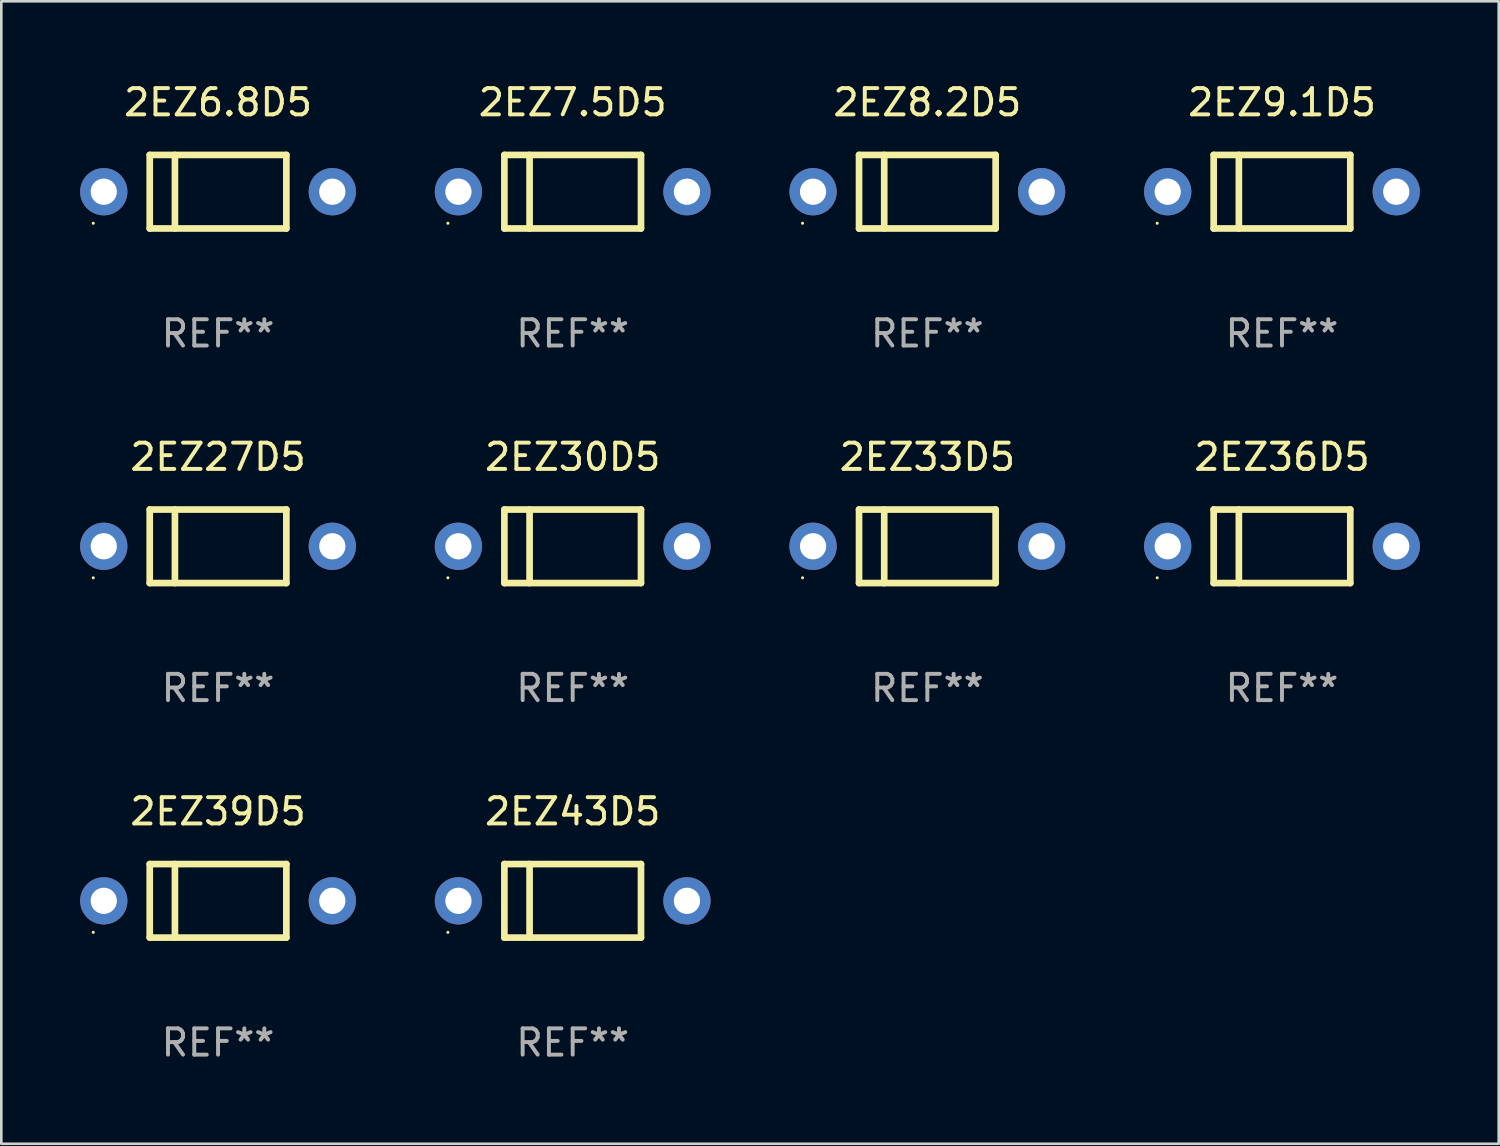
<source format=kicad_pcb>
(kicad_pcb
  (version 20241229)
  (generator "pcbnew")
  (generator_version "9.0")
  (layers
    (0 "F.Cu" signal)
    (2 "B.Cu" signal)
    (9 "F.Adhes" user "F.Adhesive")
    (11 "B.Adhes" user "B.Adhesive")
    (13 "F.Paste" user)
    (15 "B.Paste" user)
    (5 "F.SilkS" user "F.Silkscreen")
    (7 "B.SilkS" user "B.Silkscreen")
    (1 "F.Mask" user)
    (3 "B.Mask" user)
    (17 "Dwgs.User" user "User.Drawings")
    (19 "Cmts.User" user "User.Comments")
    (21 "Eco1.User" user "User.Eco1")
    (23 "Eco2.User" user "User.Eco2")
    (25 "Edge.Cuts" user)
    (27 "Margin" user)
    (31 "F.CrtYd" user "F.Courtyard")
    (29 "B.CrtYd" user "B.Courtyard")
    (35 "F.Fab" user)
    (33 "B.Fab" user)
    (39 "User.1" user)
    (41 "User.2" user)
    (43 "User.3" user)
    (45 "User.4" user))
  (footprint "2EZ33D5"
    (layer "F.Cu")
    (at 32.25 17.745)
    (property "Reference" "2EZ33D5" (at 0 -3.4 0) (layer "F.SilkS") (effects (font (size 1 1) (thickness 0.15))))
    (attr through_hole)
    (fp_line (start -2.6 -1.4) (end -2.6 1.4) (stroke (width 0.254) (type solid)) (layer "F.SilkS"))
    (fp_line (start -2.6 -1.4) (end 2.6 -1.4) (stroke (width 0.254) (type solid)) (layer "F.SilkS"))
    (fp_line (start -2.6 1.4) (end 2.6 1.4) (stroke (width 0.254) (type solid)) (layer "F.SilkS"))
    (fp_line (start -1.641 -1.4) (end -1.641 1.4) (stroke (width 0.254) (type solid)) (layer "F.SilkS"))
    (fp_line (start 2.6 -1.4) (end 2.6 1.4) (stroke (width 0.254) (type solid)) (layer "F.SilkS"))
    (fp_circle (center -4.75 1.2) (end -4.72 1.2) (stroke (width 0.06) (type solid)) (fill no) (layer "F.SilkS"))
    (fp_text user "REF**" (at 0 5.4 0) (layer "F.Fab") (effects (font (size 1 1) (thickness 0.15))))
    (pad "1" thru_hole circle (at -4.35 0) (size 1.8 1.8) (drill 1) (layers "*.Cu" "*.Mask"))
    (pad "2" thru_hole circle (at 4.35 0) (size 1.8 1.8) (drill 1) (layers "*.Cu" "*.Mask")))
  (footprint "2EZ7.5D5"
    (layer "F.Cu")
    (at 18.75 4.248)
    (property "Reference" "2EZ7.5D5" (at 0 -3.4 0) (layer "F.SilkS") (effects (font (size 1 1) (thickness 0.15))))
    (attr through_hole)
    (fp_line (start -2.6 -1.4) (end -2.6 1.4) (stroke (width 0.254) (type solid)) (layer "F.SilkS"))
    (fp_line (start -2.6 -1.4) (end 2.6 -1.4) (stroke (width 0.254) (type solid)) (layer "F.SilkS"))
    (fp_line (start -2.6 1.4) (end 2.6 1.4) (stroke (width 0.254) (type solid)) (layer "F.SilkS"))
    (fp_line (start -1.641 -1.4) (end -1.641 1.4) (stroke (width 0.254) (type solid)) (layer "F.SilkS"))
    (fp_line (start 2.6 -1.4) (end 2.6 1.4) (stroke (width 0.254) (type solid)) (layer "F.SilkS"))
    (fp_circle (center -4.75 1.2) (end -4.72 1.2) (stroke (width 0.06) (type solid)) (fill no) (layer "F.SilkS"))
    (fp_text user "REF**" (at 0 5.4 0) (layer "F.Fab") (effects (font (size 1 1) (thickness 0.15))))
    (pad "1" thru_hole circle (at -4.35 0) (size 1.8 1.8) (drill 1) (layers "*.Cu" "*.Mask"))
    (pad "2" thru_hole circle (at 4.35 0) (size 1.8 1.8) (drill 1) (layers "*.Cu" "*.Mask")))
  (footprint "2EZ30D5"
    (layer "F.Cu")
    (at 18.75 17.745)
    (property "Reference" "2EZ30D5" (at 0 -3.4 0) (layer "F.SilkS") (effects (font (size 1 1) (thickness 0.15))))
    (attr through_hole)
    (fp_line (start -2.6 -1.4) (end -2.6 1.4) (stroke (width 0.254) (type solid)) (layer "F.SilkS"))
    (fp_line (start -2.6 -1.4) (end 2.6 -1.4) (stroke (width 0.254) (type solid)) (layer "F.SilkS"))
    (fp_line (start -2.6 1.4) (end 2.6 1.4) (stroke (width 0.254) (type solid)) (layer "F.SilkS"))
    (fp_line (start -1.641 -1.4) (end -1.641 1.4) (stroke (width 0.254) (type solid)) (layer "F.SilkS"))
    (fp_line (start 2.6 -1.4) (end 2.6 1.4) (stroke (width 0.254) (type solid)) (layer "F.SilkS"))
    (fp_circle (center -4.75 1.2) (end -4.72 1.2) (stroke (width 0.06) (type solid)) (fill no) (layer "F.SilkS"))
    (fp_text user "REF**" (at 0 5.4 0) (layer "F.Fab") (effects (font (size 1 1) (thickness 0.15))))
    (pad "1" thru_hole circle (at -4.35 0) (size 1.8 1.8) (drill 1) (layers "*.Cu" "*.Mask"))
    (pad "2" thru_hole circle (at 4.35 0) (size 1.8 1.8) (drill 1) (layers "*.Cu" "*.Mask")))
  (footprint "2EZ39D5"
    (layer "F.Cu")
    (at 5.25 31.241)
    (property "Reference" "2EZ39D5" (at 0 -3.4 0) (layer "F.SilkS") (effects (font (size 1 1) (thickness 0.15))))
    (attr through_hole)
    (fp_line (start -2.6 -1.4) (end -2.6 1.4) (stroke (width 0.254) (type solid)) (layer "F.SilkS"))
    (fp_line (start -2.6 -1.4) (end 2.6 -1.4) (stroke (width 0.254) (type solid)) (layer "F.SilkS"))
    (fp_line (start -2.6 1.4) (end 2.6 1.4) (stroke (width 0.254) (type solid)) (layer "F.SilkS"))
    (fp_line (start -1.641 -1.4) (end -1.641 1.4) (stroke (width 0.254) (type solid)) (layer "F.SilkS"))
    (fp_line (start 2.6 -1.4) (end 2.6 1.4) (stroke (width 0.254) (type solid)) (layer "F.SilkS"))
    (fp_circle (center -4.75 1.2) (end -4.72 1.2) (stroke (width 0.06) (type solid)) (fill no) (layer "F.SilkS"))
    (fp_text user "REF**" (at 0 5.4 0) (layer "F.Fab") (effects (font (size 1 1) (thickness 0.15))))
    (pad "1" thru_hole circle (at -4.35 0) (size 1.8 1.8) (drill 1) (layers "*.Cu" "*.Mask"))
    (pad "2" thru_hole circle (at 4.35 0) (size 1.8 1.8) (drill 1) (layers "*.Cu" "*.Mask")))
  (footprint "2EZ8.2D5"
    (layer "F.Cu")
    (at 32.25 4.248)
    (property "Reference" "2EZ8.2D5" (at 0 -3.4 0) (layer "F.SilkS") (effects (font (size 1 1) (thickness 0.15))))
    (attr through_hole)
    (fp_line (start -2.6 -1.4) (end -2.6 1.4) (stroke (width 0.254) (type solid)) (layer "F.SilkS"))
    (fp_line (start -2.6 -1.4) (end 2.6 -1.4) (stroke (width 0.254) (type solid)) (layer "F.SilkS"))
    (fp_line (start -2.6 1.4) (end 2.6 1.4) (stroke (width 0.254) (type solid)) (layer "F.SilkS"))
    (fp_line (start -1.641 -1.4) (end -1.641 1.4) (stroke (width 0.254) (type solid)) (layer "F.SilkS"))
    (fp_line (start 2.6 -1.4) (end 2.6 1.4) (stroke (width 0.254) (type solid)) (layer "F.SilkS"))
    (fp_circle (center -4.75 1.2) (end -4.72 1.2) (stroke (width 0.06) (type solid)) (fill no) (layer "F.SilkS"))
    (fp_text user "REF**" (at 0 5.4 0) (layer "F.Fab") (effects (font (size 1 1) (thickness 0.15))))
    (pad "1" thru_hole circle (at -4.35 0) (size 1.8 1.8) (drill 1) (layers "*.Cu" "*.Mask"))
    (pad "2" thru_hole circle (at 4.35 0) (size 1.8 1.8) (drill 1) (layers "*.Cu" "*.Mask")))
  (footprint "2EZ27D5"
    (layer "F.Cu")
    (at 5.25 17.745)
    (property "Reference" "2EZ27D5" (at 0 -3.4 0) (layer "F.SilkS") (effects (font (size 1 1) (thickness 0.15))))
    (attr through_hole)
    (fp_line (start -2.6 -1.4) (end -2.6 1.4) (stroke (width 0.254) (type solid)) (layer "F.SilkS"))
    (fp_line (start -2.6 -1.4) (end 2.6 -1.4) (stroke (width 0.254) (type solid)) (layer "F.SilkS"))
    (fp_line (start -2.6 1.4) (end 2.6 1.4) (stroke (width 0.254) (type solid)) (layer "F.SilkS"))
    (fp_line (start -1.641 -1.4) (end -1.641 1.4) (stroke (width 0.254) (type solid)) (layer "F.SilkS"))
    (fp_line (start 2.6 -1.4) (end 2.6 1.4) (stroke (width 0.254) (type solid)) (layer "F.SilkS"))
    (fp_circle (center -4.75 1.2) (end -4.72 1.2) (stroke (width 0.06) (type solid)) (fill no) (layer "F.SilkS"))
    (fp_text user "REF**" (at 0 5.4 0) (layer "F.Fab") (effects (font (size 1 1) (thickness 0.15))))
    (pad "1" thru_hole circle (at -4.35 0) (size 1.8 1.8) (drill 1) (layers "*.Cu" "*.Mask"))
    (pad "2" thru_hole circle (at 4.35 0) (size 1.8 1.8) (drill 1) (layers "*.Cu" "*.Mask")))
  (footprint "2EZ36D5"
    (layer "F.Cu")
    (at 45.75 17.745)
    (property "Reference" "2EZ36D5" (at 0 -3.4 0) (layer "F.SilkS") (effects (font (size 1 1) (thickness 0.15))))
    (attr through_hole)
    (fp_line (start -2.6 -1.4) (end -2.6 1.4) (stroke (width 0.254) (type solid)) (layer "F.SilkS"))
    (fp_line (start -2.6 -1.4) (end 2.6 -1.4) (stroke (width 0.254) (type solid)) (layer "F.SilkS"))
    (fp_line (start -2.6 1.4) (end 2.6 1.4) (stroke (width 0.254) (type solid)) (layer "F.SilkS"))
    (fp_line (start -1.641 -1.4) (end -1.641 1.4) (stroke (width 0.254) (type solid)) (layer "F.SilkS"))
    (fp_line (start 2.6 -1.4) (end 2.6 1.4) (stroke (width 0.254) (type solid)) (layer "F.SilkS"))
    (fp_circle (center -4.75 1.2) (end -4.72 1.2) (stroke (width 0.06) (type solid)) (fill no) (layer "F.SilkS"))
    (fp_text user "REF**" (at 0 5.4 0) (layer "F.Fab") (effects (font (size 1 1) (thickness 0.15))))
    (pad "1" thru_hole circle (at -4.35 0) (size 1.8 1.8) (drill 1) (layers "*.Cu" "*.Mask"))
    (pad "2" thru_hole circle (at 4.35 0) (size 1.8 1.8) (drill 1) (layers "*.Cu" "*.Mask")))
  (footprint "2EZ6.8D5"
    (layer "F.Cu")
    (at 5.25 4.248)
    (property "Reference" "2EZ6.8D5" (at 0 -3.4 0) (layer "F.SilkS") (effects (font (size 1 1) (thickness 0.15))))
    (attr through_hole)
    (fp_line (start -2.6 -1.4) (end -2.6 1.4) (stroke (width 0.254) (type solid)) (layer "F.SilkS"))
    (fp_line (start -2.6 -1.4) (end 2.6 -1.4) (stroke (width 0.254) (type solid)) (layer "F.SilkS"))
    (fp_line (start -2.6 1.4) (end 2.6 1.4) (stroke (width 0.254) (type solid)) (layer "F.SilkS"))
    (fp_line (start -1.641 -1.4) (end -1.641 1.4) (stroke (width 0.254) (type solid)) (layer "F.SilkS"))
    (fp_line (start 2.6 -1.4) (end 2.6 1.4) (stroke (width 0.254) (type solid)) (layer "F.SilkS"))
    (fp_circle (center -4.75 1.2) (end -4.72 1.2) (stroke (width 0.06) (type solid)) (fill no) (layer "F.SilkS"))
    (fp_text user "REF**" (at 0 5.4 0) (layer "F.Fab") (effects (font (size 1 1) (thickness 0.15))))
    (pad "1" thru_hole circle (at -4.35 0) (size 1.8 1.8) (drill 1) (layers "*.Cu" "*.Mask"))
    (pad "2" thru_hole circle (at 4.35 0) (size 1.8 1.8) (drill 1) (layers "*.Cu" "*.Mask")))
  (footprint "2EZ43D5"
    (layer "F.Cu")
    (at 18.75 31.241)
    (property "Reference" "2EZ43D5" (at 0 -3.4 0) (layer "F.SilkS") (effects (font (size 1 1) (thickness 0.15))))
    (attr through_hole)
    (fp_line (start -2.6 -1.4) (end -2.6 1.4) (stroke (width 0.254) (type solid)) (layer "F.SilkS"))
    (fp_line (start -2.6 -1.4) (end 2.6 -1.4) (stroke (width 0.254) (type solid)) (layer "F.SilkS"))
    (fp_line (start -2.6 1.4) (end 2.6 1.4) (stroke (width 0.254) (type solid)) (layer "F.SilkS"))
    (fp_line (start -1.641 -1.4) (end -1.641 1.4) (stroke (width 0.254) (type solid)) (layer "F.SilkS"))
    (fp_line (start 2.6 -1.4) (end 2.6 1.4) (stroke (width 0.254) (type solid)) (layer "F.SilkS"))
    (fp_circle (center -4.75 1.2) (end -4.72 1.2) (stroke (width 0.06) (type solid)) (fill no) (layer "F.SilkS"))
    (fp_text user "REF**" (at 0 5.4 0) (layer "F.Fab") (effects (font (size 1 1) (thickness 0.15))))
    (pad "1" thru_hole circle (at -4.35 0) (size 1.8 1.8) (drill 1) (layers "*.Cu" "*.Mask"))
    (pad "2" thru_hole circle (at 4.35 0) (size 1.8 1.8) (drill 1) (layers "*.Cu" "*.Mask")))
  (footprint "2EZ9.1D5"
    (layer "F.Cu")
    (at 45.75 4.248)
    (property "Reference" "2EZ9.1D5" (at 0 -3.4 0) (layer "F.SilkS") (effects (font (size 1 1) (thickness 0.15))))
    (attr through_hole)
    (fp_line (start -2.6 -1.4) (end -2.6 1.4) (stroke (width 0.254) (type solid)) (layer "F.SilkS"))
    (fp_line (start -2.6 -1.4) (end 2.6 -1.4) (stroke (width 0.254) (type solid)) (layer "F.SilkS"))
    (fp_line (start -2.6 1.4) (end 2.6 1.4) (stroke (width 0.254) (type solid)) (layer "F.SilkS"))
    (fp_line (start -1.641 -1.4) (end -1.641 1.4) (stroke (width 0.254) (type solid)) (layer "F.SilkS"))
    (fp_line (start 2.6 -1.4) (end 2.6 1.4) (stroke (width 0.254) (type solid)) (layer "F.SilkS"))
    (fp_circle (center -4.75 1.2) (end -4.72 1.2) (stroke (width 0.06) (type solid)) (fill no) (layer "F.SilkS"))
    (fp_text user "REF**" (at 0 5.4 0) (layer "F.Fab") (effects (font (size 1 1) (thickness 0.15))))
    (pad "1" thru_hole circle (at -4.35 0) (size 1.8 1.8) (drill 1) (layers "*.Cu" "*.Mask"))
    (pad "2" thru_hole circle (at 4.35 0) (size 1.8 1.8) (drill 1) (layers "*.Cu" "*.Mask")))
  (gr_rect
    (start -3 -3)
    (end 54 40.489)
    (stroke (width 0.1) (type default))
    (fill no)
    (layer "Edge.Cuts")))
</source>
